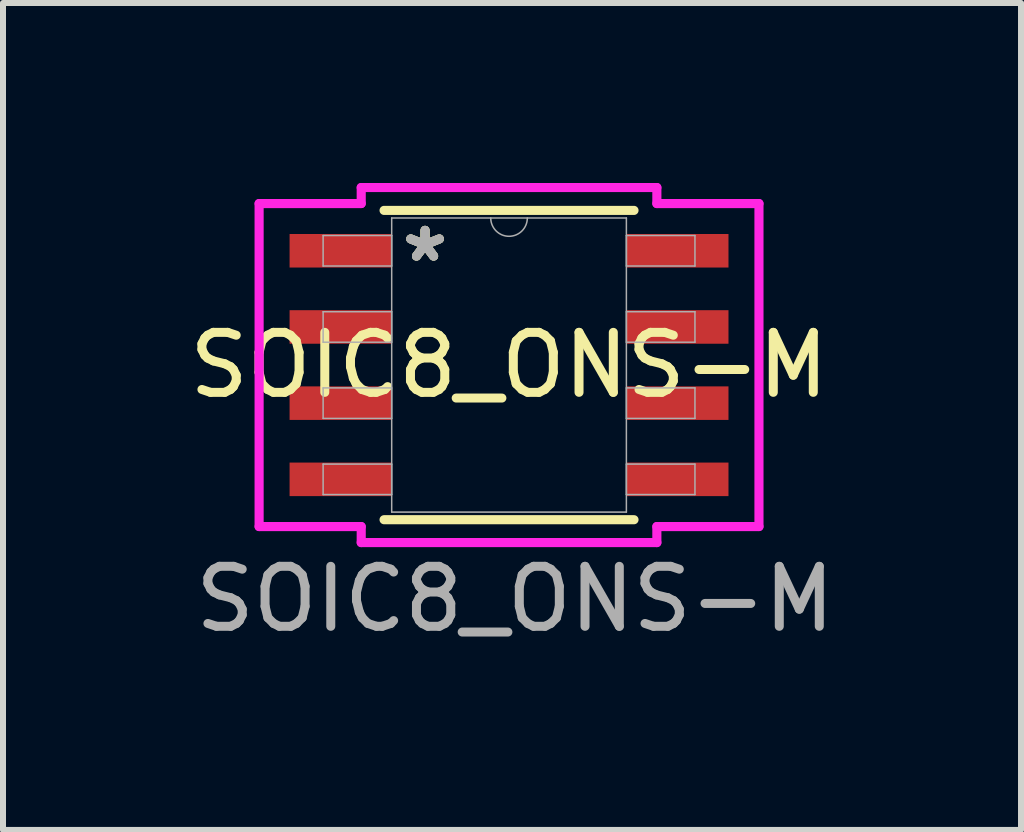
<source format=kicad_pcb>
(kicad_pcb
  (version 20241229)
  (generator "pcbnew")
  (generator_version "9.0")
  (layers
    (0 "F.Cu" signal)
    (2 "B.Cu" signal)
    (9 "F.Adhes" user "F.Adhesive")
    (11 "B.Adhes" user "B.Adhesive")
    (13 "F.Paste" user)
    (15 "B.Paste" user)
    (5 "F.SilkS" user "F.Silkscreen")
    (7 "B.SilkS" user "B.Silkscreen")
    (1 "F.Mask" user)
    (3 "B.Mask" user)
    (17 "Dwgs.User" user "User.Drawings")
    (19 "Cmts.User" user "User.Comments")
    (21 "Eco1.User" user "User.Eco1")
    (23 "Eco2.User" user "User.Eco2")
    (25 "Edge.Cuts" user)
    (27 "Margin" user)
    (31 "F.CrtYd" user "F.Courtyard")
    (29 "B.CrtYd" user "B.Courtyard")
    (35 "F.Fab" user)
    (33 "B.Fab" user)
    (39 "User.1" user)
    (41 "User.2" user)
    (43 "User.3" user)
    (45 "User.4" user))
  (footprint "SOIC8_ONS-M"
    (layer "F.Cu")
    (at 5.435 3.035)
    (property "Reference" "SOIC8_ONS-M" (at 0 0 0) (unlocked yes) (layer "F.SilkS") (effects (font (size 1 1) (thickness 0.15))))
    (attr smd)
    (fp_line (start -2.083 2.578) (end 2.083 2.578) (stroke (width 0.152) (type solid)) (layer "F.SilkS"))
    (fp_line (start 2.083 -2.578) (end -2.083 -2.578) (stroke (width 0.152) (type solid)) (layer "F.SilkS"))
    (fp_line (start -4.166 -2.692) (end -2.464 -2.692) (stroke (width 0.152) (type solid)) (layer "F.CrtYd"))
    (fp_line (start -4.166 2.692) (end -4.166 -2.692) (stroke (width 0.152) (type solid)) (layer "F.CrtYd"))
    (fp_line (start -4.166 2.692) (end -2.464 2.692) (stroke (width 0.152) (type solid)) (layer "F.CrtYd"))
    (fp_line (start -2.464 -2.959) (end 2.464 -2.959) (stroke (width 0.152) (type solid)) (layer "F.CrtYd"))
    (fp_line (start -2.464 -2.692) (end -2.464 -2.959) (stroke (width 0.152) (type solid)) (layer "F.CrtYd"))
    (fp_line (start -2.464 2.959) (end -2.464 2.692) (stroke (width 0.152) (type solid)) (layer "F.CrtYd"))
    (fp_line (start 2.464 -2.959) (end 2.464 -2.692) (stroke (width 0.152) (type solid)) (layer "F.CrtYd"))
    (fp_line (start 2.464 2.692) (end 2.464 2.959) (stroke (width 0.152) (type solid)) (layer "F.CrtYd"))
    (fp_line (start 2.464 2.959) (end -2.464 2.959) (stroke (width 0.152) (type solid)) (layer "F.CrtYd"))
    (fp_line (start 4.166 -2.692) (end 2.464 -2.692) (stroke (width 0.152) (type solid)) (layer "F.CrtYd"))
    (fp_line (start 4.166 -2.692) (end 4.166 2.692) (stroke (width 0.152) (type solid)) (layer "F.CrtYd"))
    (fp_line (start 4.166 2.692) (end 2.464 2.692) (stroke (width 0.152) (type solid)) (layer "F.CrtYd"))
    (fp_line (start -3.099 -2.159) (end -3.099 -1.651) (stroke (width 0.025) (type solid)) (layer "F.Fab"))
    (fp_line (start -3.099 -1.651) (end -1.956 -1.651) (stroke (width 0.025) (type solid)) (layer "F.Fab"))
    (fp_line (start -3.099 -0.889) (end -3.099 -0.381) (stroke (width 0.025) (type solid)) (layer "F.Fab"))
    (fp_line (start -3.099 -0.381) (end -1.956 -0.381) (stroke (width 0.025) (type solid)) (layer "F.Fab"))
    (fp_line (start -3.099 0.381) (end -3.099 0.889) (stroke (width 0.025) (type solid)) (layer "F.Fab"))
    (fp_line (start -3.099 0.889) (end -1.956 0.889) (stroke (width 0.025) (type solid)) (layer "F.Fab"))
    (fp_line (start -3.099 1.651) (end -3.099 2.159) (stroke (width 0.025) (type solid)) (layer "F.Fab"))
    (fp_line (start -3.099 2.159) (end -1.956 2.159) (stroke (width 0.025) (type solid)) (layer "F.Fab"))
    (fp_line (start -1.956 -2.451) (end -1.956 2.451) (stroke (width 0.025) (type solid)) (layer "F.Fab"))
    (fp_line (start -1.956 -2.159) (end -3.099 -2.159) (stroke (width 0.025) (type solid)) (layer "F.Fab"))
    (fp_line (start -1.956 -1.651) (end -1.956 -2.159) (stroke (width 0.025) (type solid)) (layer "F.Fab"))
    (fp_line (start -1.956 -0.889) (end -3.099 -0.889) (stroke (width 0.025) (type solid)) (layer "F.Fab"))
    (fp_line (start -1.956 -0.381) (end -1.956 -0.889) (stroke (width 0.025) (type solid)) (layer "F.Fab"))
    (fp_line (start -1.956 0.381) (end -3.099 0.381) (stroke (width 0.025) (type solid)) (layer "F.Fab"))
    (fp_line (start -1.956 0.889) (end -1.956 0.381) (stroke (width 0.025) (type solid)) (layer "F.Fab"))
    (fp_line (start -1.956 1.651) (end -3.099 1.651) (stroke (width 0.025) (type solid)) (layer "F.Fab"))
    (fp_line (start -1.956 2.159) (end -1.956 1.651) (stroke (width 0.025) (type solid)) (layer "F.Fab"))
    (fp_line (start -1.956 2.451) (end 1.956 2.451) (stroke (width 0.025) (type solid)) (layer "F.Fab"))
    (fp_line (start 1.956 -2.451) (end -1.956 -2.451) (stroke (width 0.025) (type solid)) (layer "F.Fab"))
    (fp_line (start 1.956 -2.159) (end 1.956 -1.651) (stroke (width 0.025) (type solid)) (layer "F.Fab"))
    (fp_line (start 1.956 -1.651) (end 3.099 -1.651) (stroke (width 0.025) (type solid)) (layer "F.Fab"))
    (fp_line (start 1.956 -0.889) (end 1.956 -0.381) (stroke (width 0.025) (type solid)) (layer "F.Fab"))
    (fp_line (start 1.956 -0.381) (end 3.099 -0.381) (stroke (width 0.025) (type solid)) (layer "F.Fab"))
    (fp_line (start 1.956 0.381) (end 1.956 0.889) (stroke (width 0.025) (type solid)) (layer "F.Fab"))
    (fp_line (start 1.956 0.889) (end 3.099 0.889) (stroke (width 0.025) (type solid)) (layer "F.Fab"))
    (fp_line (start 1.956 1.651) (end 1.956 2.159) (stroke (width 0.025) (type solid)) (layer "F.Fab"))
    (fp_line (start 1.956 2.159) (end 3.099 2.159) (stroke (width 0.025) (type solid)) (layer "F.Fab"))
    (fp_line (start 1.956 2.451) (end 1.956 -2.451) (stroke (width 0.025) (type solid)) (layer "F.Fab"))
    (fp_line (start 3.099 -2.159) (end 1.956 -2.159) (stroke (width 0.025) (type solid)) (layer "F.Fab"))
    (fp_line (start 3.099 -1.651) (end 3.099 -2.159) (stroke (width 0.025) (type solid)) (layer "F.Fab"))
    (fp_line (start 3.099 -0.889) (end 1.956 -0.889) (stroke (width 0.025) (type solid)) (layer "F.Fab"))
    (fp_line (start 3.099 -0.381) (end 3.099 -0.889) (stroke (width 0.025) (type solid)) (layer "F.Fab"))
    (fp_line (start 3.099 0.381) (end 1.956 0.381) (stroke (width 0.025) (type solid)) (layer "F.Fab"))
    (fp_line (start 3.099 0.889) (end 3.099 0.381) (stroke (width 0.025) (type solid)) (layer "F.Fab"))
    (fp_line (start 3.099 1.651) (end 1.956 1.651) (stroke (width 0.025) (type solid)) (layer "F.Fab"))
    (fp_line (start 3.099 2.159) (end 3.099 1.651) (stroke (width 0.025) (type solid)) (layer "F.Fab"))
    (fp_arc (start 0.3048 -2.4511) (mid 0 -2.1463) (end -0.3048 -2.4511) (stroke (width 0.0254) (type solid)) (layer "F.Fab"))
    (fp_text user "*" (at -1.4 -1.7 0) (layer "F.SilkS") (effects (font (size 1 1) (thickness 0.15))))
    (fp_text user "*" (at -1.4 -1.7 0) (unlocked yes) (layer "F.SilkS") (effects (font (size 1 1) (thickness 0.15))))
    (fp_text user "${REFERENCE}" (at 0.1 3.9 0) (unlocked yes) (layer "F.Fab") (effects (font (size 1 1) (thickness 0.15))))
    (fp_text user "*" (at -1.4 -1.7 0) (unlocked yes) (layer "F.Fab") (effects (font (size 1 1) (thickness 0.15))))
    (fp_text user "*" (at -1.4 -1.7 0) (layer "F.Fab") (effects (font (size 1 1) (thickness 0.15))))
    (pad "1" smd rect (at -2.807 -1.905) (size 1.702 0.559) (layers "F.Cu" "F.Mask" "F.Paste"))
    (pad "2" smd rect (at -2.807 -0.635) (size 1.702 0.559) (layers "F.Cu" "F.Mask" "F.Paste"))
    (pad "3" smd rect (at -2.807 0.635) (size 1.702 0.559) (layers "F.Cu" "F.Mask" "F.Paste"))
    (pad "4" smd rect (at -2.807 1.905) (size 1.702 0.559) (layers "F.Cu" "F.Mask" "F.Paste"))
    (pad "5" smd rect (at 2.807 1.905) (size 1.702 0.559) (layers "F.Cu" "F.Mask" "F.Paste"))
    (pad "6" smd rect (at 2.807 0.635) (size 1.702 0.559) (layers "F.Cu" "F.Mask" "F.Paste"))
    (pad "7" smd rect (at 2.807 -0.635) (size 1.702 0.559) (layers "F.Cu" "F.Mask" "F.Paste"))
    (pad "8" smd rect (at 2.807 -1.905) (size 1.702 0.559) (layers "F.Cu" "F.Mask" "F.Paste")))
  (gr_rect
    (start -3 -3)
    (end 13.969 10.784)
    (stroke (width 0.1) (type default))
    (fill no)
    (layer "Edge.Cuts")))
</source>
